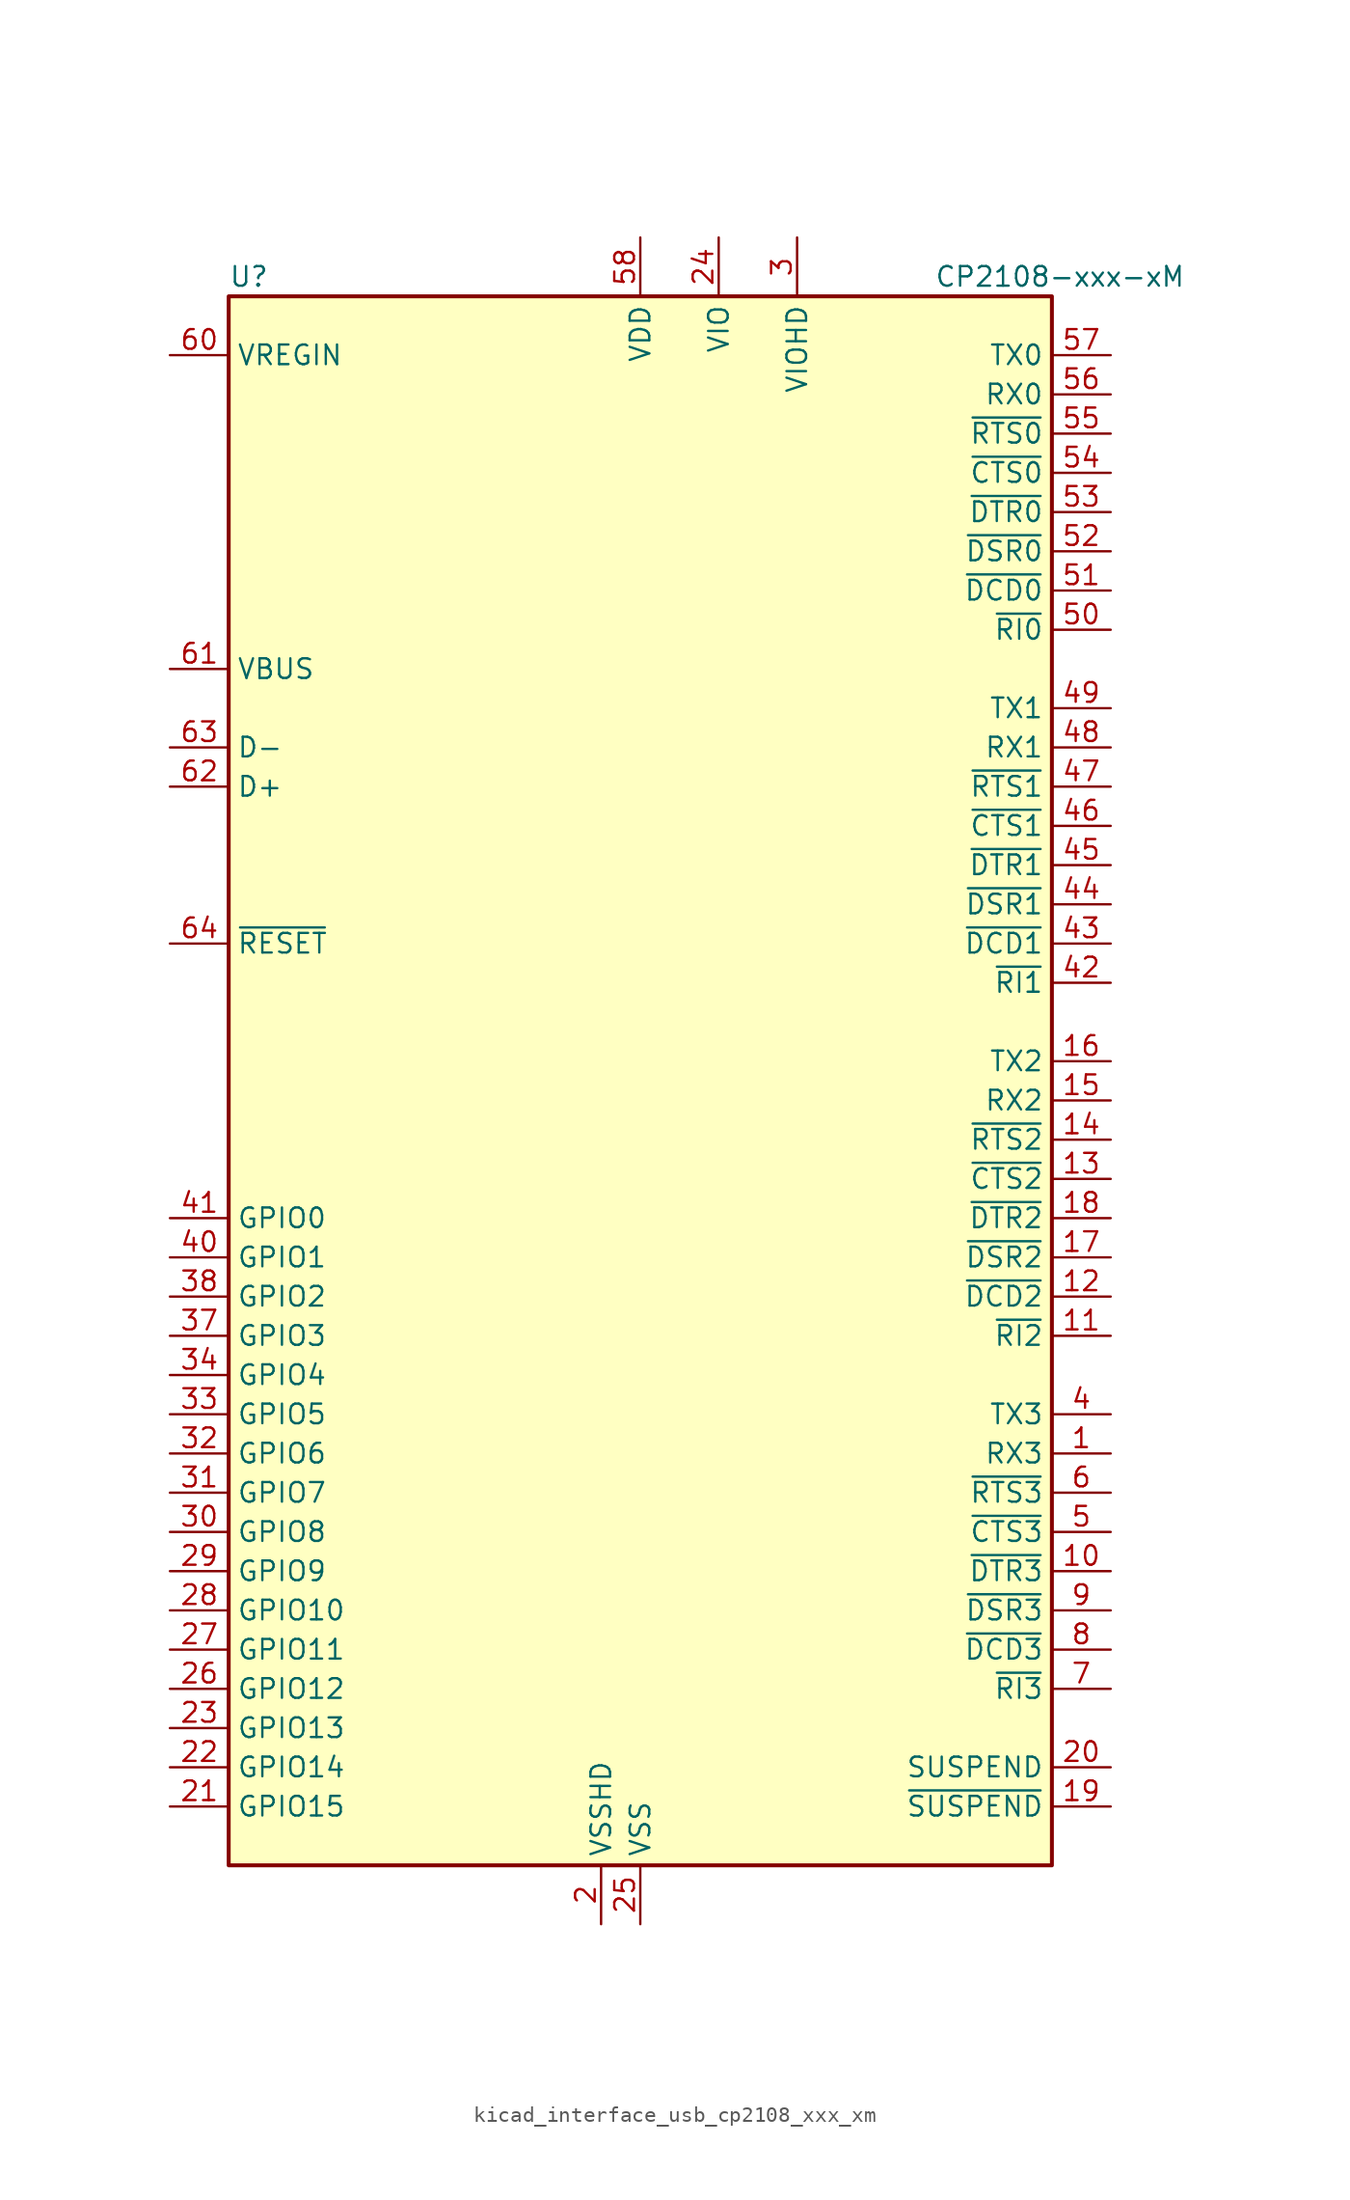
<source format=kicad_sym>
(kicad_symbol_lib
  (version 20220914)
  (generator kicad_symbol_editor)
  (symbol "kicad_interface_usb_cp2108_xxx_xm"
    (property "Reference" "U"
      (at -26.67 53.34 0)
      (effects (font (size 1.27 1.27)) (justify left)))
    (property "Value" "CP2108-xxx-xM"
      (at 19.05 53.34 0)
      (effects (font (size 1.27 1.27)) (justify left)))
    (symbol "kicad_interface_usb_cp2108_xxx_xm_0_1"
      (rectangle (start -26.67 -49.53) (end 26.67 52.07) (stroke (width 0.254) (type default)) (fill (type background))))
    (symbol "kicad_interface_usb_cp2108_xxx_xm_1_1"
      (pin input line (at 30.48 -22.86 180) (length 3.81) (name "RX3" (effects (font (size 1.27 1.27)))) (number "1" (effects (font (size 1.27 1.27)))))
      (pin output line (at 30.48 -30.48 180) (length 3.81) (name "~{DTR3}" (effects (font (size 1.27 1.27)))) (number "10" (effects (font (size 1.27 1.27)))))
      (pin input line (at 30.48 -15.24 180) (length 3.81) (name "~{RI2}" (effects (font (size 1.27 1.27)))) (number "11" (effects (font (size 1.27 1.27)))))
      (pin input line (at 30.48 -12.7 180) (length 3.81) (name "~{DCD2}" (effects (font (size 1.27 1.27)))) (number "12" (effects (font (size 1.27 1.27)))))
      (pin input line (at 30.48 -5.08 180) (length 3.81) (name "~{CTS2}" (effects (font (size 1.27 1.27)))) (number "13" (effects (font (size 1.27 1.27)))))
      (pin output line (at 30.48 -2.54 180) (length 3.81) (name "~{RTS2}" (effects (font (size 1.27 1.27)))) (number "14" (effects (font (size 1.27 1.27)))))
      (pin input line (at 30.48 0 180) (length 3.81) (name "RX2" (effects (font (size 1.27 1.27)))) (number "15" (effects (font (size 1.27 1.27)))))
      (pin output line (at 30.48 2.54 180) (length 3.81) (name "TX2" (effects (font (size 1.27 1.27)))) (number "16" (effects (font (size 1.27 1.27)))))
      (pin input line (at 30.48 -10.16 180) (length 3.81) (name "~{DSR2}" (effects (font (size 1.27 1.27)))) (number "17" (effects (font (size 1.27 1.27)))))
      (pin output line (at 30.48 -7.62 180) (length 3.81) (name "~{DTR2}" (effects (font (size 1.27 1.27)))) (number "18" (effects (font (size 1.27 1.27)))))
      (pin output line (at 30.48 -45.72 180) (length 3.81) (name "~{SUSPEND}" (effects (font (size 1.27 1.27)))) (number "19" (effects (font (size 1.27 1.27)))))
      (pin power_in line (at -2.54 -53.34 90) (length 3.81) (name "VSSHD" (effects (font (size 1.27 1.27)))) (number "2" (effects (font (size 1.27 1.27)))))
      (pin output line (at 30.48 -43.18 180) (length 3.81) (name "SUSPEND" (effects (font (size 1.27 1.27)))) (number "20" (effects (font (size 1.27 1.27)))))
      (pin bidirectional line (at -30.48 -45.72 0) (length 3.81) (name "GPIO15" (effects (font (size 1.27 1.27)))) (number "21" (effects (font (size 1.27 1.27)))) (alternate "CLK3" output line))
      (pin bidirectional line (at -30.48 -43.18 0) (length 3.81) (name "GPIO14" (effects (font (size 1.27 1.27)))) (number "22" (effects (font (size 1.27 1.27)))) (alternate "UART2_RS485" output line))
      (pin bidirectional line (at -30.48 -40.64 0) (length 3.81) (name "GPIO13" (effects (font (size 1.27 1.27)))) (number "23" (effects (font (size 1.27 1.27)))) (alternate "UART2_RX_TOGGLE" output line))
      (pin power_in line (at 5.08 55.88 270) (length 3.81) (name "VIO" (effects (font (size 1.27 1.27)))) (number "24" (effects (font (size 1.27 1.27)))))
      (pin power_in line (at 0 -53.34 90) (length 3.81) (name "VSS" (effects (font (size 1.27 1.27)))) (number "25" (effects (font (size 1.27 1.27)))))
      (pin bidirectional line (at -30.48 -38.1 0) (length 3.81) (name "GPIO12" (effects (font (size 1.27 1.27)))) (number "26" (effects (font (size 1.27 1.27)))) (alternate "UART3_TX_TOGGLE" output line))
      (pin bidirectional line (at -30.48 -35.56 0) (length 3.81) (name "GPIO11" (effects (font (size 1.27 1.27)))) (number "27" (effects (font (size 1.27 1.27)))) (alternate "CLK2" output line))
      (pin bidirectional line (at -30.48 -33.02 0) (length 3.81) (name "GPIO10" (effects (font (size 1.27 1.27)))) (number "28" (effects (font (size 1.27 1.27)))) (alternate "UART2_RS485" output line))
      (pin bidirectional line (at -30.48 -30.48 0) (length 3.81) (name "GPIO9" (effects (font (size 1.27 1.27)))) (number "29" (effects (font (size 1.27 1.27)))) (alternate "UART2_RX_TOGGLE" output line))
      (pin power_in line (at 10.16 55.88 270) (length 3.81) (name "VIOHD" (effects (font (size 1.27 1.27)))) (number "3" (effects (font (size 1.27 1.27)))))
      (pin bidirectional line (at -30.48 -27.94 0) (length 3.81) (name "GPIO8" (effects (font (size 1.27 1.27)))) (number "30" (effects (font (size 1.27 1.27)))) (alternate "UART2_TX_TOGGLE" output line))
      (pin bidirectional line (at -30.48 -25.4 0) (length 3.81) (name "GPIO7" (effects (font (size 1.27 1.27)))) (number "31" (effects (font (size 1.27 1.27)))) (alternate "CLK1" output line))
      (pin bidirectional line (at -30.48 -22.86 0) (length 3.81) (name "GPIO6" (effects (font (size 1.27 1.27)))) (number "32" (effects (font (size 1.27 1.27)))) (alternate "UART1_RS485" output line))
      (pin bidirectional line (at -30.48 -20.32 0) (length 3.81) (name "GPIO5" (effects (font (size 1.27 1.27)))) (number "33" (effects (font (size 1.27 1.27)))) (alternate "UART1_RX_TOGGLE" output line))
      (pin bidirectional line (at -30.48 -17.78 0) (length 3.81) (name "GPIO4" (effects (font (size 1.27 1.27)))) (number "34" (effects (font (size 1.27 1.27)))) (alternate "UART1_TX_TOGGLE" output line))
      (pin no_connect line (at -26.67 43.18 0) (length 3.81) hide (name "NC" (effects (font (size 1.27 1.27)))) (number "35" (effects (font (size 1.27 1.27)))))
      (pin no_connect line (at -26.67 40.64 0) (length 3.81) hide (name "NC" (effects (font (size 1.27 1.27)))) (number "36" (effects (font (size 1.27 1.27)))))
      (pin bidirectional line (at -30.48 -15.24 0) (length 3.81) (name "GPIO3" (effects (font (size 1.27 1.27)))) (number "37" (effects (font (size 1.27 1.27)))) (alternate "CLK0" output line))
      (pin bidirectional line (at -30.48 -12.7 0) (length 3.81) (name "GPIO2" (effects (font (size 1.27 1.27)))) (number "38" (effects (font (size 1.27 1.27)))) (alternate "UART0_RS485" output line))
      (pin passive line (at 5.08 55.88 270) (length 3.81) hide (name "VIO" (effects (font (size 1.27 1.27)))) (number "39" (effects (font (size 1.27 1.27)))))
      (pin output line (at 30.48 -20.32 180) (length 3.81) (name "TX3" (effects (font (size 1.27 1.27)))) (number "4" (effects (font (size 1.27 1.27)))))
      (pin bidirectional line (at -30.48 -10.16 0) (length 3.81) (name "GPIO1" (effects (font (size 1.27 1.27)))) (number "40" (effects (font (size 1.27 1.27)))) (alternate "UART0_RX_TOGGLE" output line))
      (pin bidirectional line (at -30.48 -7.62 0) (length 3.81) (name "GPIO0" (effects (font (size 1.27 1.27)))) (number "41" (effects (font (size 1.27 1.27)))) (alternate "UART0_TX_TOGGLE" output line))
      (pin input line (at 30.48 7.62 180) (length 3.81) (name "~{RI1}" (effects (font (size 1.27 1.27)))) (number "42" (effects (font (size 1.27 1.27)))))
      (pin input line (at 30.48 10.16 180) (length 3.81) (name "~{DCD1}" (effects (font (size 1.27 1.27)))) (number "43" (effects (font (size 1.27 1.27)))))
      (pin input line (at 30.48 12.7 180) (length 3.81) (name "~{DSR1}" (effects (font (size 1.27 1.27)))) (number "44" (effects (font (size 1.27 1.27)))))
      (pin output line (at 30.48 15.24 180) (length 3.81) (name "~{DTR1}" (effects (font (size 1.27 1.27)))) (number "45" (effects (font (size 1.27 1.27)))))
      (pin input line (at 30.48 17.78 180) (length 3.81) (name "~{CTS1}" (effects (font (size 1.27 1.27)))) (number "46" (effects (font (size 1.27 1.27)))))
      (pin output line (at 30.48 20.32 180) (length 3.81) (name "~{RTS1}" (effects (font (size 1.27 1.27)))) (number "47" (effects (font (size 1.27 1.27)))))
      (pin input line (at 30.48 22.86 180) (length 3.81) (name "RX1" (effects (font (size 1.27 1.27)))) (number "48" (effects (font (size 1.27 1.27)))))
      (pin output line (at 30.48 25.4 180) (length 3.81) (name "TX1" (effects (font (size 1.27 1.27)))) (number "49" (effects (font (size 1.27 1.27)))))
      (pin input line (at 30.48 -27.94 180) (length 3.81) (name "~{CTS3}" (effects (font (size 1.27 1.27)))) (number "5" (effects (font (size 1.27 1.27)))))
      (pin input line (at 30.48 30.48 180) (length 3.81) (name "~{RI0}" (effects (font (size 1.27 1.27)))) (number "50" (effects (font (size 1.27 1.27)))))
      (pin input line (at 30.48 33.02 180) (length 3.81) (name "~{DCD0}" (effects (font (size 1.27 1.27)))) (number "51" (effects (font (size 1.27 1.27)))))
      (pin input line (at 30.48 35.56 180) (length 3.81) (name "~{DSR0}" (effects (font (size 1.27 1.27)))) (number "52" (effects (font (size 1.27 1.27)))))
      (pin output line (at 30.48 38.1 180) (length 3.81) (name "~{DTR0}" (effects (font (size 1.27 1.27)))) (number "53" (effects (font (size 1.27 1.27)))))
      (pin input line (at 30.48 40.64 180) (length 3.81) (name "~{CTS0}" (effects (font (size 1.27 1.27)))) (number "54" (effects (font (size 1.27 1.27)))))
      (pin output line (at 30.48 43.18 180) (length 3.81) (name "~{RTS0}" (effects (font (size 1.27 1.27)))) (number "55" (effects (font (size 1.27 1.27)))))
      (pin input line (at 30.48 45.72 180) (length 3.81) (name "RX0" (effects (font (size 1.27 1.27)))) (number "56" (effects (font (size 1.27 1.27)))))
      (pin output line (at 30.48 48.26 180) (length 3.81) (name "TX0" (effects (font (size 1.27 1.27)))) (number "57" (effects (font (size 1.27 1.27)))))
      (pin power_in line (at 0 55.88 270) (length 3.81) (name "VDD" (effects (font (size 1.27 1.27)))) (number "58" (effects (font (size 1.27 1.27)))))
      (pin passive line (at 0 -53.34 90) (length 3.81) hide (name "VSS" (effects (font (size 1.27 1.27)))) (number "59" (effects (font (size 1.27 1.27)))))
      (pin output line (at 30.48 -25.4 180) (length 3.81) (name "~{RTS3}" (effects (font (size 1.27 1.27)))) (number "6" (effects (font (size 1.27 1.27)))))
      (pin power_in line (at -30.48 48.26 0) (length 3.81) (name "VREGIN" (effects (font (size 1.27 1.27)))) (number "60" (effects (font (size 1.27 1.27)))))
      (pin input line (at -30.48 27.94 0) (length 3.81) (name "VBUS" (effects (font (size 1.27 1.27)))) (number "61" (effects (font (size 1.27 1.27)))))
      (pin bidirectional line (at -30.48 20.32 0) (length 3.81) (name "D+" (effects (font (size 1.27 1.27)))) (number "62" (effects (font (size 1.27 1.27)))))
      (pin bidirectional line (at -30.48 22.86 0) (length 3.81) (name "D-" (effects (font (size 1.27 1.27)))) (number "63" (effects (font (size 1.27 1.27)))))
      (pin input line (at -30.48 10.16 0) (length 3.81) (name "~{RESET}" (effects (font (size 1.27 1.27)))) (number "64" (effects (font (size 1.27 1.27)))))
      (pin passive line (at 0 -53.34 90) (length 3.81) hide (name "VSS" (effects (font (size 1.27 1.27)))) (number "65" (effects (font (size 1.27 1.27)))))
      (pin input line (at 30.48 -38.1 180) (length 3.81) (name "~{RI3}" (effects (font (size 1.27 1.27)))) (number "7" (effects (font (size 1.27 1.27)))))
      (pin input line (at 30.48 -35.56 180) (length 3.81) (name "~{DCD3}" (effects (font (size 1.27 1.27)))) (number "8" (effects (font (size 1.27 1.27)))))
      (pin input line (at 30.48 -33.02 180) (length 3.81) (name "~{DSR3}" (effects (font (size 1.27 1.27)))) (number "9" (effects (font (size 1.27 1.27))))))))
</source>
